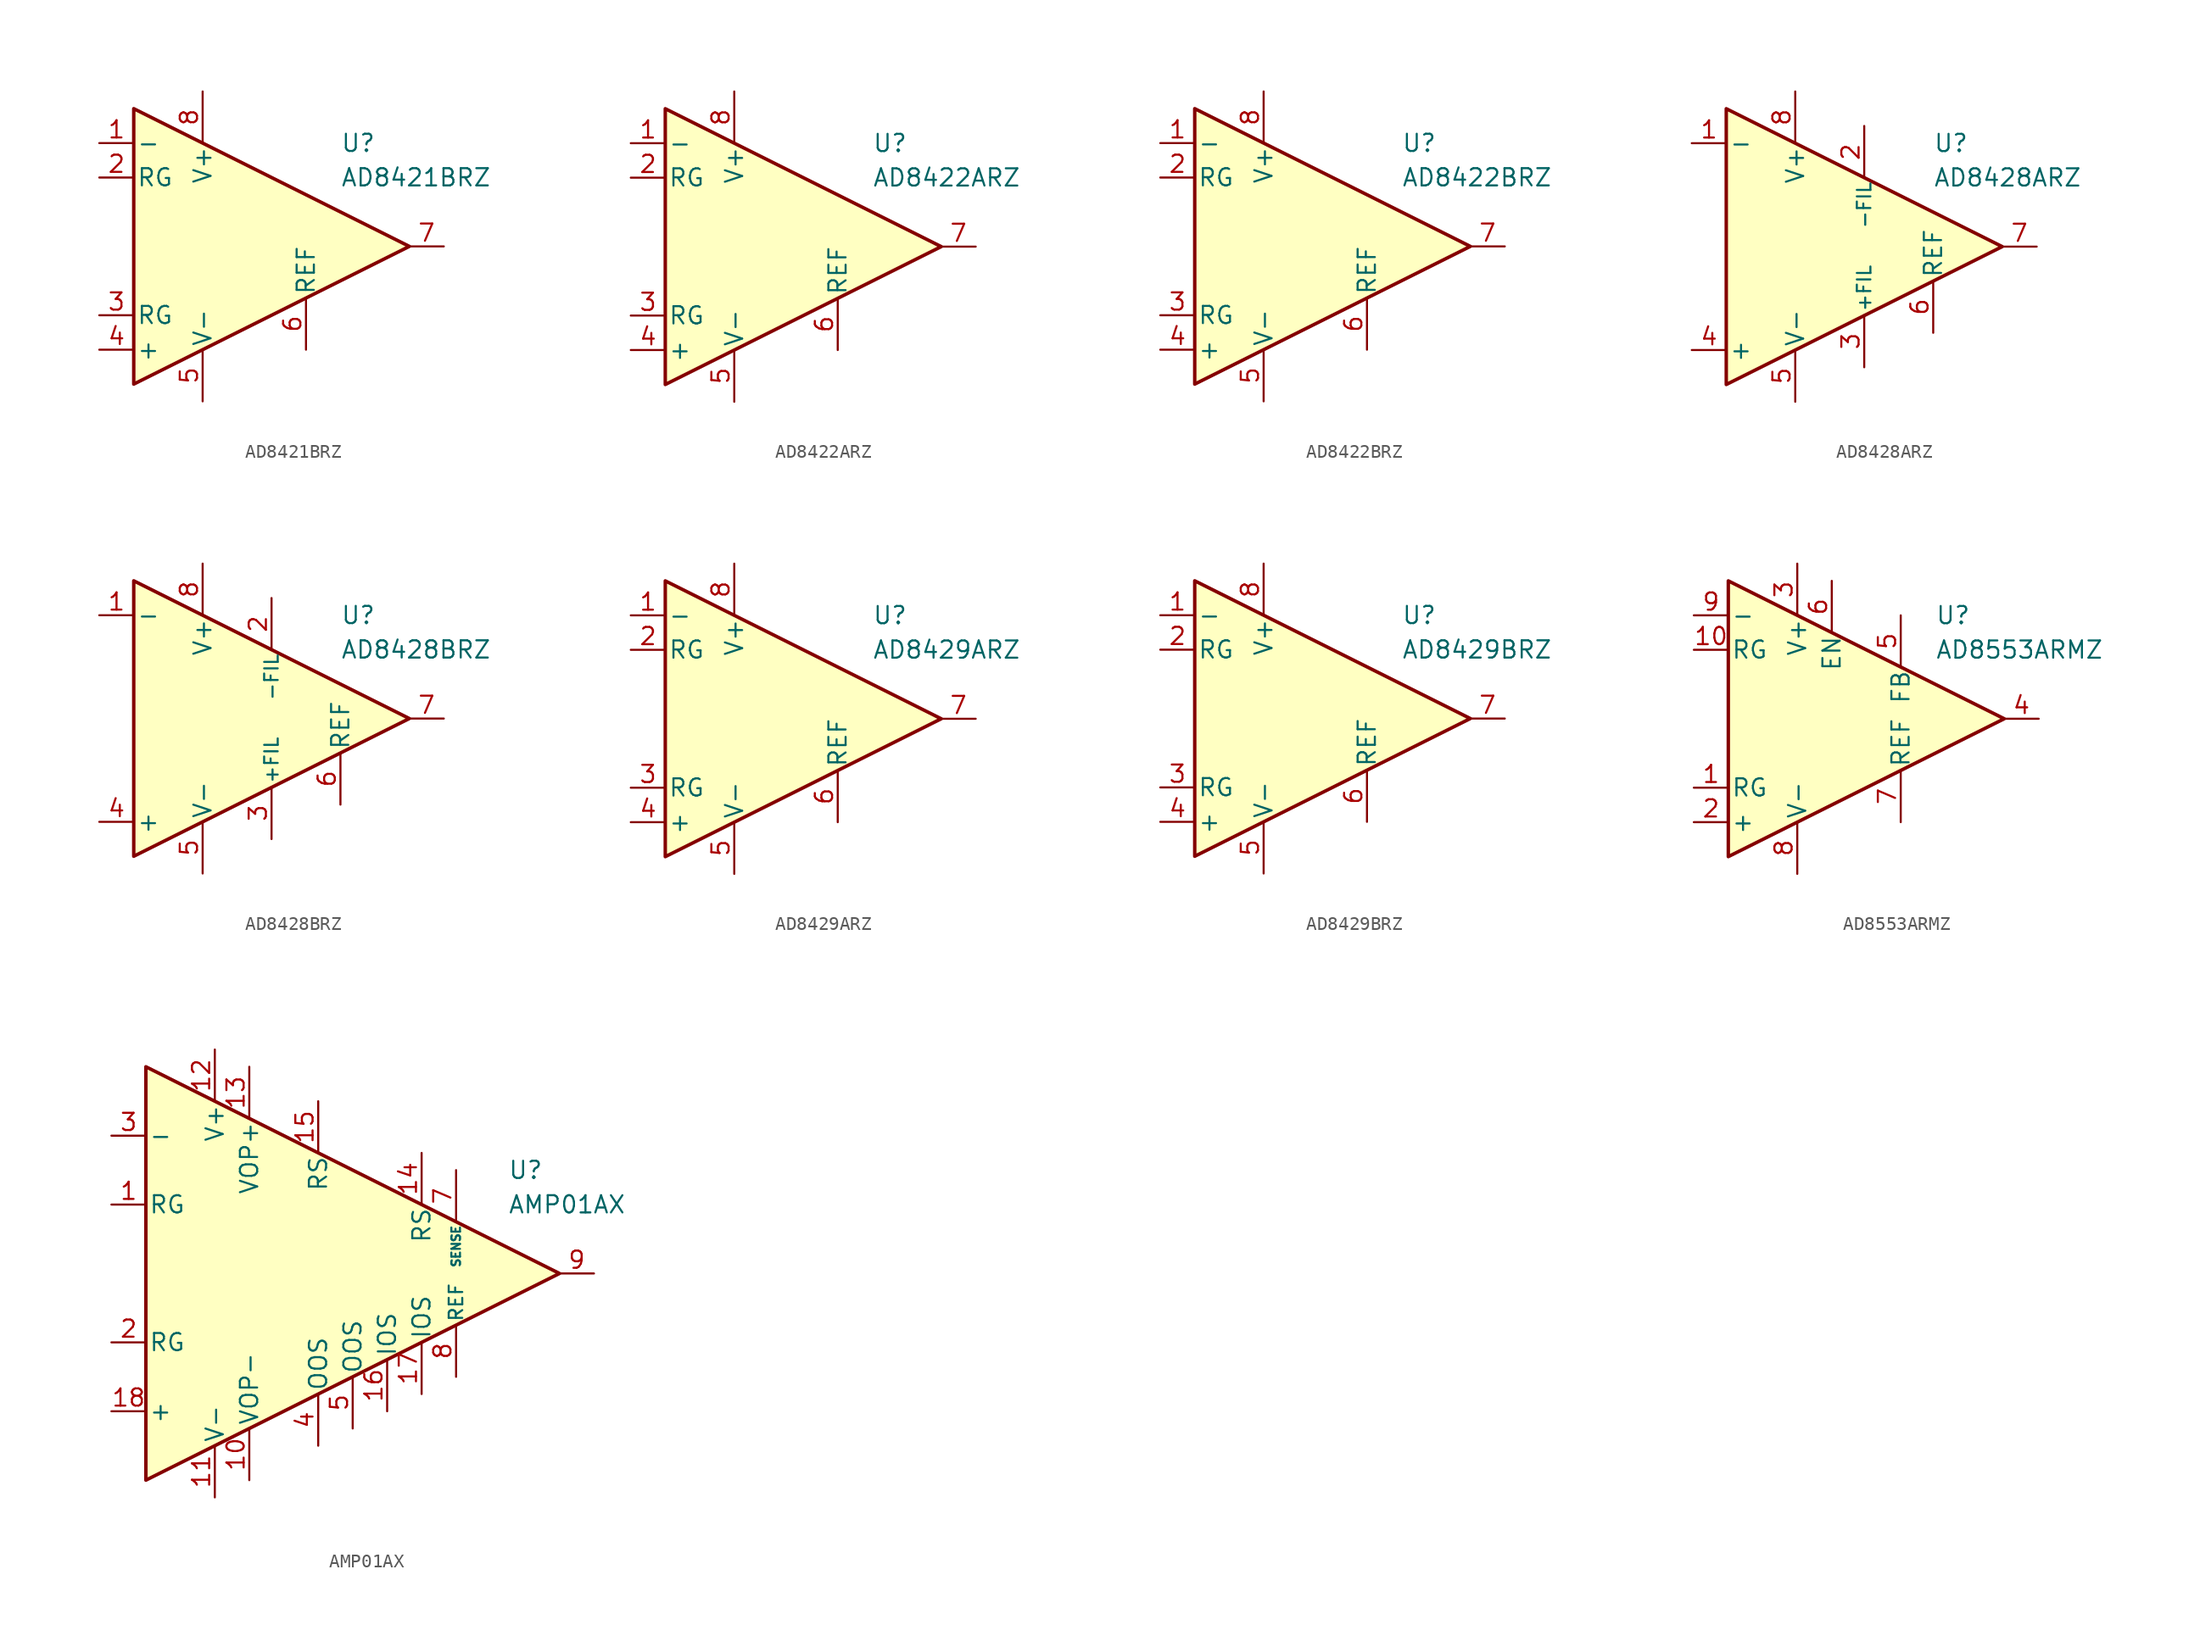
<source format=kicad_sym>
(kicad_symbol_lib
  (version 20211014)
  (generator kicad_symbol_editor)
  (symbol "AD8421BRZ"
    (pin_names
      (offset 0.2))
    (property "Reference" "U"
      (at 6.35 7.62 0)
      (effects (font (size 1.27 1.27)) (justify left)))
    (property "Value" "AD8421BRZ"
      (at 6.35 5.08 0)
      (effects (font (size 1.27 1.27)) (justify left)))
    (symbol "AD8421BRZ_0_1"
      (polyline (pts (xy -8.89 10.16) (xy -8.89 -10.16) (xy 11.43 0) (xy -8.89 10.16)) (stroke (width 0.254) (type default) (color 0 0 0 0)) (fill (type background))))
    (symbol "AD8421BRZ_1_1"
      (pin input line (at -11.43 7.62 0) (length 2.54) (name "-" (effects (font (size 1.27 1.27)))) (number "1" (effects (font (size 1.27 1.27)))))
      (pin passive line (at -11.43 5.08 0) (length 2.54) (name "RG" (effects (font (size 1.27 1.27)))) (number "2" (effects (font (size 1.27 1.27)))))
      (pin passive line (at -11.43 -5.08 0) (length 2.54) (name "RG" (effects (font (size 1.27 1.27)))) (number "3" (effects (font (size 1.27 1.27)))))
      (pin input line (at -11.43 -7.62 0) (length 2.54) (name "+" (effects (font (size 1.27 1.27)))) (number "4" (effects (font (size 1.27 1.27)))))
      (pin power_in line (at -3.81 -11.43 90) (length 3.81) (name "V-" (effects (font (size 1.27 1.27)))) (number "5" (effects (font (size 1.27 1.27)))))
      (pin input line (at 3.81 -7.62 90) (length 3.81) (name "REF" (effects (font (size 1.27 1.27)))) (number "6" (effects (font (size 1.27 1.27)))))
      (pin output line (at 13.97 0 180) (length 2.54) (name "~" (effects (font (size 1.27 1.27)))) (number "7" (effects (font (size 1.27 1.27)))))
      (pin power_in line (at -3.81 11.43 270) (length 3.81) (name "V+" (effects (font (size 1.27 1.27)))) (number "8" (effects (font (size 1.27 1.27)))))))
  (symbol "AD8422ARZ"
    (pin_names
      (offset 0.2))
    (property "Reference" "U"
      (at 6.35 7.62 0)
      (effects (font (size 1.27 1.27)) (justify left)))
    (property "Value" "AD8422ARZ"
      (at 6.35 5.08 0)
      (effects (font (size 1.27 1.27)) (justify left)))
    (symbol "AD8422ARZ_0_1"
      (polyline (pts (xy -8.89 10.16) (xy -8.89 -10.16) (xy 11.43 0) (xy -8.89 10.16)) (stroke (width 0.254) (type default) (color 0 0 0 0)) (fill (type background))))
    (symbol "AD8422ARZ_1_1"
      (pin input line (at -11.43 7.62 0) (length 2.54) (name "-" (effects (font (size 1.27 1.27)))) (number "1" (effects (font (size 1.27 1.27)))))
      (pin passive line (at -11.43 5.08 0) (length 2.54) (name "RG" (effects (font (size 1.27 1.27)))) (number "2" (effects (font (size 1.27 1.27)))))
      (pin passive line (at -11.43 -5.08 0) (length 2.54) (name "RG" (effects (font (size 1.27 1.27)))) (number "3" (effects (font (size 1.27 1.27)))))
      (pin input line (at -11.43 -7.62 0) (length 2.54) (name "+" (effects (font (size 1.27 1.27)))) (number "4" (effects (font (size 1.27 1.27)))))
      (pin power_in line (at -3.81 -11.43 90) (length 3.81) (name "V-" (effects (font (size 1.27 1.27)))) (number "5" (effects (font (size 1.27 1.27)))))
      (pin input line (at 3.81 -7.62 90) (length 3.81) (name "REF" (effects (font (size 1.27 1.27)))) (number "6" (effects (font (size 1.27 1.27)))))
      (pin output line (at 13.97 0 180) (length 2.54) (name "~" (effects (font (size 1.27 1.27)))) (number "7" (effects (font (size 1.27 1.27)))))
      (pin power_in line (at -3.81 11.43 270) (length 3.81) (name "V+" (effects (font (size 1.27 1.27)))) (number "8" (effects (font (size 1.27 1.27)))))))
  (symbol "AD8422BRZ"
    (pin_names
      (offset 0.2))
    (property "Reference" "U"
      (at 6.35 7.62 0)
      (effects (font (size 1.27 1.27)) (justify left)))
    (property "Value" "AD8422BRZ"
      (at 6.35 5.08 0)
      (effects (font (size 1.27 1.27)) (justify left)))
    (symbol "AD8422BRZ_0_1"
      (polyline (pts (xy -8.89 10.16) (xy -8.89 -10.16) (xy 11.43 0) (xy -8.89 10.16)) (stroke (width 0.254) (type default) (color 0 0 0 0)) (fill (type background))))
    (symbol "AD8422BRZ_1_1"
      (pin input line (at -11.43 7.62 0) (length 2.54) (name "-" (effects (font (size 1.27 1.27)))) (number "1" (effects (font (size 1.27 1.27)))))
      (pin passive line (at -11.43 5.08 0) (length 2.54) (name "RG" (effects (font (size 1.27 1.27)))) (number "2" (effects (font (size 1.27 1.27)))))
      (pin passive line (at -11.43 -5.08 0) (length 2.54) (name "RG" (effects (font (size 1.27 1.27)))) (number "3" (effects (font (size 1.27 1.27)))))
      (pin input line (at -11.43 -7.62 0) (length 2.54) (name "+" (effects (font (size 1.27 1.27)))) (number "4" (effects (font (size 1.27 1.27)))))
      (pin power_in line (at -3.81 -11.43 90) (length 3.81) (name "V-" (effects (font (size 1.27 1.27)))) (number "5" (effects (font (size 1.27 1.27)))))
      (pin input line (at 3.81 -7.62 90) (length 3.81) (name "REF" (effects (font (size 1.27 1.27)))) (number "6" (effects (font (size 1.27 1.27)))))
      (pin output line (at 13.97 0 180) (length 2.54) (name "~" (effects (font (size 1.27 1.27)))) (number "7" (effects (font (size 1.27 1.27)))))
      (pin power_in line (at -3.81 11.43 270) (length 3.81) (name "V+" (effects (font (size 1.27 1.27)))) (number "8" (effects (font (size 1.27 1.27)))))))
  (symbol "AD8428ARZ"
    (pin_names
      (offset 0.2))
    (property "Reference" "U"
      (at 6.35 7.62 0)
      (effects (font (size 1.27 1.27)) (justify left)))
    (property "Value" "AD8428ARZ"
      (at 6.35 5.08 0)
      (effects (font (size 1.27 1.27)) (justify left)))
    (symbol "AD8428ARZ_0_1"
      (polyline (pts (xy -8.89 10.16) (xy -8.89 -10.16) (xy 11.43 0) (xy -8.89 10.16)) (stroke (width 0.254) (type default) (color 0 0 0 0)) (fill (type background))))
    (symbol "AD8428ARZ_1_1"
      (pin input line (at -11.43 7.62 0) (length 2.54) (name "-" (effects (font (size 1.27 1.27)))) (number "1" (effects (font (size 1.27 1.27)))))
      (pin passive line (at 1.27 8.89 270) (length 3.84) (name "-FIL" (effects (font (size 1 1)))) (number "2" (effects (font (size 1.27 1.27)))))
      (pin passive line (at 1.27 -8.89 90) (length 3.84) (name "+FIL" (effects (font (size 1 1)))) (number "3" (effects (font (size 1.27 1.27)))))
      (pin input line (at -11.43 -7.62 0) (length 2.54) (name "+" (effects (font (size 1.27 1.27)))) (number "4" (effects (font (size 1.27 1.27)))))
      (pin power_in line (at -3.81 -11.43 90) (length 3.81) (name "V-" (effects (font (size 1.27 1.27)))) (number "5" (effects (font (size 1.27 1.27)))))
      (pin input line (at 6.35 -6.35 90) (length 3.81) (name "REF" (effects (font (size 1.27 1.27)))) (number "6" (effects (font (size 1.27 1.27)))))
      (pin output line (at 13.97 0 180) (length 2.54) (name "~" (effects (font (size 1.27 1.27)))) (number "7" (effects (font (size 1.27 1.27)))))
      (pin power_in line (at -3.81 11.43 270) (length 3.81) (name "V+" (effects (font (size 1.27 1.27)))) (number "8" (effects (font (size 1.27 1.27)))))))
  (symbol "AD8428BRZ"
    (pin_names
      (offset 0.2))
    (property "Reference" "U"
      (at 6.35 7.62 0)
      (effects (font (size 1.27 1.27)) (justify left)))
    (property "Value" "AD8428BRZ"
      (at 6.35 5.08 0)
      (effects (font (size 1.27 1.27)) (justify left)))
    (symbol "AD8428BRZ_0_1"
      (polyline (pts (xy -8.89 10.16) (xy -8.89 -10.16) (xy 11.43 0) (xy -8.89 10.16)) (stroke (width 0.254) (type default) (color 0 0 0 0)) (fill (type background))))
    (symbol "AD8428BRZ_1_1"
      (pin input line (at -11.43 7.62 0) (length 2.54) (name "-" (effects (font (size 1.27 1.27)))) (number "1" (effects (font (size 1.27 1.27)))))
      (pin passive line (at 1.27 8.89 270) (length 3.84) (name "-FIL" (effects (font (size 1 1)))) (number "2" (effects (font (size 1.27 1.27)))))
      (pin passive line (at 1.27 -8.89 90) (length 3.84) (name "+FIL" (effects (font (size 1 1)))) (number "3" (effects (font (size 1.27 1.27)))))
      (pin input line (at -11.43 -7.62 0) (length 2.54) (name "+" (effects (font (size 1.27 1.27)))) (number "4" (effects (font (size 1.27 1.27)))))
      (pin power_in line (at -3.81 -11.43 90) (length 3.81) (name "V-" (effects (font (size 1.27 1.27)))) (number "5" (effects (font (size 1.27 1.27)))))
      (pin input line (at 6.35 -6.35 90) (length 3.81) (name "REF" (effects (font (size 1.27 1.27)))) (number "6" (effects (font (size 1.27 1.27)))))
      (pin output line (at 13.97 0 180) (length 2.54) (name "~" (effects (font (size 1.27 1.27)))) (number "7" (effects (font (size 1.27 1.27)))))
      (pin power_in line (at -3.81 11.43 270) (length 3.81) (name "V+" (effects (font (size 1.27 1.27)))) (number "8" (effects (font (size 1.27 1.27)))))))
  (symbol "AD8429ARZ"
    (pin_names
      (offset 0.2))
    (property "Reference" "U"
      (at 6.35 7.62 0)
      (effects (font (size 1.27 1.27)) (justify left)))
    (property "Value" "AD8429ARZ"
      (at 6.35 5.08 0)
      (effects (font (size 1.27 1.27)) (justify left)))
    (symbol "AD8429ARZ_0_1"
      (polyline (pts (xy -8.89 10.16) (xy -8.89 -10.16) (xy 11.43 0) (xy -8.89 10.16)) (stroke (width 0.254) (type default) (color 0 0 0 0)) (fill (type background))))
    (symbol "AD8429ARZ_1_1"
      (pin input line (at -11.43 7.62 0) (length 2.54) (name "-" (effects (font (size 1.27 1.27)))) (number "1" (effects (font (size 1.27 1.27)))))
      (pin passive line (at -11.43 5.08 0) (length 2.54) (name "RG" (effects (font (size 1.27 1.27)))) (number "2" (effects (font (size 1.27 1.27)))))
      (pin passive line (at -11.43 -5.08 0) (length 2.54) (name "RG" (effects (font (size 1.27 1.27)))) (number "3" (effects (font (size 1.27 1.27)))))
      (pin input line (at -11.43 -7.62 0) (length 2.54) (name "+" (effects (font (size 1.27 1.27)))) (number "4" (effects (font (size 1.27 1.27)))))
      (pin power_in line (at -3.81 -11.43 90) (length 3.81) (name "V-" (effects (font (size 1.27 1.27)))) (number "5" (effects (font (size 1.27 1.27)))))
      (pin input line (at 3.81 -7.62 90) (length 3.81) (name "REF" (effects (font (size 1.27 1.27)))) (number "6" (effects (font (size 1.27 1.27)))))
      (pin output line (at 13.97 0 180) (length 2.54) (name "~" (effects (font (size 1.27 1.27)))) (number "7" (effects (font (size 1.27 1.27)))))
      (pin power_in line (at -3.81 11.43 270) (length 3.81) (name "V+" (effects (font (size 1.27 1.27)))) (number "8" (effects (font (size 1.27 1.27)))))))
  (symbol "AD8429BRZ"
    (pin_names
      (offset 0.2))
    (property "Reference" "U"
      (at 6.35 7.62 0)
      (effects (font (size 1.27 1.27)) (justify left)))
    (property "Value" "AD8429BRZ"
      (at 6.35 5.08 0)
      (effects (font (size 1.27 1.27)) (justify left)))
    (symbol "AD8429BRZ_0_1"
      (polyline (pts (xy -8.89 10.16) (xy -8.89 -10.16) (xy 11.43 0) (xy -8.89 10.16)) (stroke (width 0.254) (type default) (color 0 0 0 0)) (fill (type background))))
    (symbol "AD8429BRZ_1_1"
      (pin input line (at -11.43 7.62 0) (length 2.54) (name "-" (effects (font (size 1.27 1.27)))) (number "1" (effects (font (size 1.27 1.27)))))
      (pin passive line (at -11.43 5.08 0) (length 2.54) (name "RG" (effects (font (size 1.27 1.27)))) (number "2" (effects (font (size 1.27 1.27)))))
      (pin passive line (at -11.43 -5.08 0) (length 2.54) (name "RG" (effects (font (size 1.27 1.27)))) (number "3" (effects (font (size 1.27 1.27)))))
      (pin input line (at -11.43 -7.62 0) (length 2.54) (name "+" (effects (font (size 1.27 1.27)))) (number "4" (effects (font (size 1.27 1.27)))))
      (pin power_in line (at -3.81 -11.43 90) (length 3.81) (name "V-" (effects (font (size 1.27 1.27)))) (number "5" (effects (font (size 1.27 1.27)))))
      (pin input line (at 3.81 -7.62 90) (length 3.81) (name "REF" (effects (font (size 1.27 1.27)))) (number "6" (effects (font (size 1.27 1.27)))))
      (pin output line (at 13.97 0 180) (length 2.54) (name "~" (effects (font (size 1.27 1.27)))) (number "7" (effects (font (size 1.27 1.27)))))
      (pin power_in line (at -3.81 11.43 270) (length 3.81) (name "V+" (effects (font (size 1.27 1.27)))) (number "8" (effects (font (size 1.27 1.27)))))))
  (symbol "AD8553ARMZ"
    (pin_names
      (offset 0.2))
    (property "Reference" "U"
      (at 6.35 7.62 0)
      (effects (font (size 1.27 1.27)) (justify left)))
    (property "Value" "AD8553ARMZ"
      (at 6.35 5.08 0)
      (effects (font (size 1.27 1.27)) (justify left)))
    (symbol "AD8553ARMZ_0_1"
      (polyline (pts (xy -8.89 10.16) (xy -8.89 -10.16) (xy 11.43 0) (xy -8.89 10.16)) (stroke (width 0.254) (type default) (color 0 0 0 0)) (fill (type background))))
    (symbol "AD8553ARMZ_1_1"
      (pin passive line (at -11.43 -5.08 0) (length 2.54) (name "RG" (effects (font (size 1.27 1.27)))) (number "1" (effects (font (size 1.27 1.27)))))
      (pin passive line (at -11.43 5.08 0) (length 2.54) (name "RG" (effects (font (size 1.27 1.27)))) (number "10" (effects (font (size 1.27 1.27)))))
      (pin input line (at -11.43 -7.62 0) (length 2.54) (name "+" (effects (font (size 1.27 1.27)))) (number "2" (effects (font (size 1.27 1.27)))))
      (pin power_in line (at -3.81 11.43 270) (length 3.81) (name "V+" (effects (font (size 1.27 1.27)))) (number "3" (effects (font (size 1.27 1.27)))))
      (pin output line (at 13.97 0 180) (length 2.54) (name "~" (effects (font (size 1.27 1.27)))) (number "4" (effects (font (size 1.27 1.27)))))
      (pin input line (at 3.81 7.62 270) (length 3.81) (name "FB" (effects (font (size 1.27 1.27)))) (number "5" (effects (font (size 1.27 1.27)))))
      (pin input line (at -1.27 10.16 270) (length 3.81) (name "EN" (effects (font (size 1.27 1.27)))) (number "6" (effects (font (size 1.27 1.27)))))
      (pin input line (at 3.81 -7.62 90) (length 3.81) (name "REF" (effects (font (size 1.27 1.27)))) (number "7" (effects (font (size 1.27 1.27)))))
      (pin power_in line (at -3.81 -11.43 90) (length 3.81) (name "V-" (effects (font (size 1.27 1.27)))) (number "8" (effects (font (size 1.27 1.27)))))
      (pin input line (at -11.43 7.62 0) (length 2.54) (name "-" (effects (font (size 1.27 1.27)))) (number "9" (effects (font (size 1.27 1.27)))))))
  (symbol "AMP01AX"
    (pin_names
      (offset 0.2))
    (property "Reference" "U"
      (at 17.78 7.62 0)
      (effects (font (size 1.27 1.27)) (justify left)))
    (property "Value" "AMP01AX"
      (at 17.78 5.08 0)
      (effects (font (size 1.27 1.27)) (justify left)))
    (symbol "AMP01AX_0_1"
      (polyline (pts (xy -8.89 15.24) (xy -8.89 -15.24) (xy 21.59 0) (xy -8.89 15.24)) (stroke (width 0.254) (type default) (color 0 0 0 0)) (fill (type background))))
    (symbol "AMP01AX_1_1"
      (pin passive line (at -11.43 5.08 0) (length 2.54) (name "RG" (effects (font (size 1.27 1.27)))) (number "1" (effects (font (size 1.27 1.27)))))
      (pin power_in line (at -1.27 -15.24 90) (length 3.81) (name "VOP-" (effects (font (size 1.27 1.27)))) (number "10" (effects (font (size 1.27 1.27)))))
      (pin power_in line (at -3.81 -16.51 90) (length 3.81) (name "V-" (effects (font (size 1.27 1.27)))) (number "11" (effects (font (size 1.27 1.27)))))
      (pin power_in line (at -3.81 16.51 270) (length 3.81) (name "V+" (effects (font (size 1.27 1.27)))) (number "12" (effects (font (size 1.27 1.27)))))
      (pin power_in line (at -1.27 15.24 270) (length 3.81) (name "VOP+" (effects (font (size 1.27 1.27)))) (number "13" (effects (font (size 1.27 1.27)))))
      (pin passive line (at 11.43 8.89 270) (length 3.81) (name "RS" (effects (font (size 1.27 1.27)))) (number "14" (effects (font (size 1.27 1.27)))))
      (pin passive line (at 3.81 12.7 270) (length 3.81) (name "RS" (effects (font (size 1.27 1.27)))) (number "15" (effects (font (size 1.27 1.27)))))
      (pin passive line (at 8.89 -10.16 90) (length 3.81) (name "IOS" (effects (font (size 1.27 1.27)))) (number "16" (effects (font (size 1.27 1.27)))))
      (pin passive line (at 11.43 -8.89 90) (length 3.81) (name "IOS" (effects (font (size 1.27 1.27)))) (number "17" (effects (font (size 1.27 1.27)))))
      (pin input line (at -11.43 -10.16 0) (length 2.54) (name "+" (effects (font (size 1.27 1.27)))) (number "18" (effects (font (size 1.27 1.27)))))
      (pin passive line (at -11.43 -5.08 0) (length 2.54) (name "RG" (effects (font (size 1.27 1.27)))) (number "2" (effects (font (size 1.27 1.27)))))
      (pin input line (at -11.43 10.16 0) (length 2.54) (name "-" (effects (font (size 1.27 1.27)))) (number "3" (effects (font (size 1.27 1.27)))))
      (pin passive line (at 3.81 -12.7 90) (length 3.81) (name "OOS" (effects (font (size 1.27 1.27)))) (number "4" (effects (font (size 1.27 1.27)))))
      (pin passive line (at 6.35 -11.43 90) (length 3.81) (name "OOS" (effects (font (size 1.27 1.27)))) (number "5" (effects (font (size 1.27 1.27)))))
      (pin no_connect line (at -1.27 0 0) (length 2.54) hide (name "NC" (effects (font (size 1.27 1.27)))) (number "6" (effects (font (size 1.27 1.27)))))
      (pin input line (at 13.97 7.62 270) (length 3.81) (name "SENSE" (effects (font (size 0.635 0.635)))) (number "7" (effects (font (size 1.27 1.27)))))
      (pin input line (at 13.97 -7.62 90) (length 3.81) (name "REF" (effects (font (size 1 1)))) (number "8" (effects (font (size 1.27 1.27)))))
      (pin output line (at 24.13 0 180) (length 2.54) (name "~" (effects (font (size 1.27 1.27)))) (number "9" (effects (font (size 1.27 1.27))))))))
</source>
